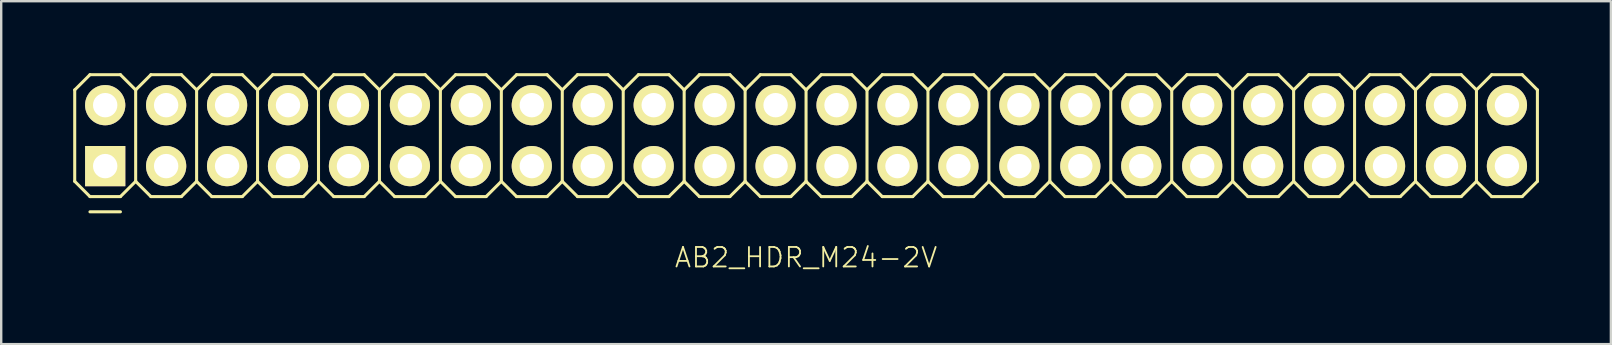
<source format=kicad_pcb>
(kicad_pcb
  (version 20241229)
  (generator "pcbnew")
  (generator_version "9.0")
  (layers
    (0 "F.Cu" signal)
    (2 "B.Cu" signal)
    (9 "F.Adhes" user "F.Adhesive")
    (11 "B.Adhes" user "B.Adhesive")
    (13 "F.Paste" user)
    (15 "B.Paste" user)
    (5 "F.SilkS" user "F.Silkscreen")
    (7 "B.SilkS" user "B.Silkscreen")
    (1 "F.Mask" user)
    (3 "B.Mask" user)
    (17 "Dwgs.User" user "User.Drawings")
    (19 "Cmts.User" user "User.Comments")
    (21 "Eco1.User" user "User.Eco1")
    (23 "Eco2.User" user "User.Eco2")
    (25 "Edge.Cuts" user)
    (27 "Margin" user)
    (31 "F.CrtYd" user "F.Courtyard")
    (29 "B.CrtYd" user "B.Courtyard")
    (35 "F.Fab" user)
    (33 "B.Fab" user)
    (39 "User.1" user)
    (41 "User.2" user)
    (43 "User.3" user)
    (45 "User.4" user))
  (footprint "AB2_HDR_M24-2V"
    (layer "F.Cu")
    (at 30.544 2.603)
    (property "Reference" "AB2_HDR_M24-2V" (at 0 5.08 0) (layer "F.SilkS") (effects (font (size 0.813 0.813) (thickness 0.076))))
    (attr through_hole)
    (fp_line (start -30.48 -1.905) (end -29.845 -2.54) (stroke (width 0.127) (type solid)) (layer "F.SilkS"))
    (fp_line (start -30.48 1.905) (end -30.48 -1.905) (stroke (width 0.127) (type solid)) (layer "F.SilkS"))
    (fp_line (start -29.845 -2.54) (end -28.575 -2.54) (stroke (width 0.127) (type solid)) (layer "F.SilkS"))
    (fp_line (start -29.845 2.54) (end -30.48 1.905) (stroke (width 0.127) (type solid)) (layer "F.SilkS"))
    (fp_line (start -29.845 3.175) (end -28.575 3.175) (stroke (width 0.127) (type solid)) (layer "F.SilkS"))
    (fp_line (start -28.575 -2.54) (end -27.94 -1.905) (stroke (width 0.127) (type solid)) (layer "F.SilkS"))
    (fp_line (start -28.575 2.54) (end -29.845 2.54) (stroke (width 0.127) (type solid)) (layer "F.SilkS"))
    (fp_line (start -27.94 -1.905) (end -27.94 1.905) (stroke (width 0.127) (type solid)) (layer "F.SilkS"))
    (fp_line (start -27.94 -1.905) (end -27.305 -2.54) (stroke (width 0.127) (type solid)) (layer "F.SilkS"))
    (fp_line (start -27.94 1.905) (end -28.575 2.54) (stroke (width 0.127) (type solid)) (layer "F.SilkS"))
    (fp_line (start -27.305 -2.54) (end -26.035 -2.54) (stroke (width 0.127) (type solid)) (layer "F.SilkS"))
    (fp_line (start -27.305 2.54) (end -27.94 1.905) (stroke (width 0.127) (type solid)) (layer "F.SilkS"))
    (fp_line (start -26.035 -2.54) (end -25.4 -1.905) (stroke (width 0.127) (type solid)) (layer "F.SilkS"))
    (fp_line (start -26.035 2.54) (end -27.305 2.54) (stroke (width 0.127) (type solid)) (layer "F.SilkS"))
    (fp_line (start -25.4 -1.905) (end -25.4 1.905) (stroke (width 0.127) (type solid)) (layer "F.SilkS"))
    (fp_line (start -25.4 -1.905) (end -24.765 -2.54) (stroke (width 0.127) (type solid)) (layer "F.SilkS"))
    (fp_line (start -25.4 1.905) (end -26.035 2.54) (stroke (width 0.127) (type solid)) (layer "F.SilkS"))
    (fp_line (start -24.765 -2.54) (end -23.495 -2.54) (stroke (width 0.127) (type solid)) (layer "F.SilkS"))
    (fp_line (start -24.765 2.54) (end -25.4 1.905) (stroke (width 0.127) (type solid)) (layer "F.SilkS"))
    (fp_line (start -23.495 -2.54) (end -22.86 -1.905) (stroke (width 0.127) (type solid)) (layer "F.SilkS"))
    (fp_line (start -23.495 2.54) (end -24.765 2.54) (stroke (width 0.127) (type solid)) (layer "F.SilkS"))
    (fp_line (start -22.86 -1.905) (end -22.86 1.905) (stroke (width 0.127) (type solid)) (layer "F.SilkS"))
    (fp_line (start -22.86 -1.905) (end -22.225 -2.54) (stroke (width 0.127) (type solid)) (layer "F.SilkS"))
    (fp_line (start -22.86 1.905) (end -23.495 2.54) (stroke (width 0.127) (type solid)) (layer "F.SilkS"))
    (fp_line (start -22.225 -2.54) (end -20.955 -2.54) (stroke (width 0.127) (type solid)) (layer "F.SilkS"))
    (fp_line (start -22.225 2.54) (end -22.86 1.905) (stroke (width 0.127) (type solid)) (layer "F.SilkS"))
    (fp_line (start -20.955 -2.54) (end -20.32 -1.905) (stroke (width 0.127) (type solid)) (layer "F.SilkS"))
    (fp_line (start -20.955 2.54) (end -22.225 2.54) (stroke (width 0.127) (type solid)) (layer "F.SilkS"))
    (fp_line (start -20.32 -1.905) (end -20.32 1.905) (stroke (width 0.127) (type solid)) (layer "F.SilkS"))
    (fp_line (start -20.32 -1.905) (end -19.685 -2.54) (stroke (width 0.127) (type solid)) (layer "F.SilkS"))
    (fp_line (start -20.32 1.905) (end -20.955 2.54) (stroke (width 0.127) (type solid)) (layer "F.SilkS"))
    (fp_line (start -19.685 -2.54) (end -18.415 -2.54) (stroke (width 0.127) (type solid)) (layer "F.SilkS"))
    (fp_line (start -19.685 2.54) (end -20.32 1.905) (stroke (width 0.127) (type solid)) (layer "F.SilkS"))
    (fp_line (start -18.415 -2.54) (end -17.78 -1.905) (stroke (width 0.127) (type solid)) (layer "F.SilkS"))
    (fp_line (start -18.415 2.54) (end -19.685 2.54) (stroke (width 0.127) (type solid)) (layer "F.SilkS"))
    (fp_line (start -17.78 -1.905) (end -17.78 1.905) (stroke (width 0.127) (type solid)) (layer "F.SilkS"))
    (fp_line (start -17.78 -1.905) (end -17.145 -2.54) (stroke (width 0.127) (type solid)) (layer "F.SilkS"))
    (fp_line (start -17.78 1.905) (end -18.415 2.54) (stroke (width 0.127) (type solid)) (layer "F.SilkS"))
    (fp_line (start -17.145 -2.54) (end -15.875 -2.54) (stroke (width 0.127) (type solid)) (layer "F.SilkS"))
    (fp_line (start -17.145 2.54) (end -17.78 1.905) (stroke (width 0.127) (type solid)) (layer "F.SilkS"))
    (fp_line (start -15.875 -2.54) (end -15.24 -1.905) (stroke (width 0.127) (type solid)) (layer "F.SilkS"))
    (fp_line (start -15.875 2.54) (end -17.145 2.54) (stroke (width 0.127) (type solid)) (layer "F.SilkS"))
    (fp_line (start -15.24 -1.905) (end -15.24 1.905) (stroke (width 0.127) (type solid)) (layer "F.SilkS"))
    (fp_line (start -15.24 -1.905) (end -14.605 -2.54) (stroke (width 0.127) (type solid)) (layer "F.SilkS"))
    (fp_line (start -15.24 1.905) (end -15.875 2.54) (stroke (width 0.127) (type solid)) (layer "F.SilkS"))
    (fp_line (start -14.605 -2.54) (end -13.335 -2.54) (stroke (width 0.127) (type solid)) (layer "F.SilkS"))
    (fp_line (start -14.605 2.54) (end -15.24 1.905) (stroke (width 0.127) (type solid)) (layer "F.SilkS"))
    (fp_line (start -13.335 -2.54) (end -12.7 -1.905) (stroke (width 0.127) (type solid)) (layer "F.SilkS"))
    (fp_line (start -13.335 2.54) (end -14.605 2.54) (stroke (width 0.127) (type solid)) (layer "F.SilkS"))
    (fp_line (start -12.7 -1.905) (end -12.7 1.905) (stroke (width 0.127) (type solid)) (layer "F.SilkS"))
    (fp_line (start -12.7 -1.905) (end -12.065 -2.54) (stroke (width 0.127) (type solid)) (layer "F.SilkS"))
    (fp_line (start -12.7 1.905) (end -13.335 2.54) (stroke (width 0.127) (type solid)) (layer "F.SilkS"))
    (fp_line (start -12.065 -2.54) (end -10.795 -2.54) (stroke (width 0.127) (type solid)) (layer "F.SilkS"))
    (fp_line (start -12.065 2.54) (end -12.7 1.905) (stroke (width 0.127) (type solid)) (layer "F.SilkS"))
    (fp_line (start -10.795 -2.54) (end -10.16 -1.905) (stroke (width 0.127) (type solid)) (layer "F.SilkS"))
    (fp_line (start -10.795 2.54) (end -12.065 2.54) (stroke (width 0.127) (type solid)) (layer "F.SilkS"))
    (fp_line (start -10.16 -1.905) (end -10.16 1.905) (stroke (width 0.127) (type solid)) (layer "F.SilkS"))
    (fp_line (start -10.16 -1.905) (end -9.525 -2.54) (stroke (width 0.127) (type solid)) (layer "F.SilkS"))
    (fp_line (start -10.16 1.905) (end -10.795 2.54) (stroke (width 0.127) (type solid)) (layer "F.SilkS"))
    (fp_line (start -9.525 -2.54) (end -8.255 -2.54) (stroke (width 0.127) (type solid)) (layer "F.SilkS"))
    (fp_line (start -9.525 2.54) (end -10.16 1.905) (stroke (width 0.127) (type solid)) (layer "F.SilkS"))
    (fp_line (start -8.255 -2.54) (end -7.62 -1.905) (stroke (width 0.127) (type solid)) (layer "F.SilkS"))
    (fp_line (start -8.255 2.54) (end -9.525 2.54) (stroke (width 0.127) (type solid)) (layer "F.SilkS"))
    (fp_line (start -7.62 -1.905) (end -7.62 1.905) (stroke (width 0.127) (type solid)) (layer "F.SilkS"))
    (fp_line (start -7.62 -1.905) (end -6.985 -2.54) (stroke (width 0.127) (type solid)) (layer "F.SilkS"))
    (fp_line (start -7.62 1.905) (end -8.255 2.54) (stroke (width 0.127) (type solid)) (layer "F.SilkS"))
    (fp_line (start -6.985 -2.54) (end -5.715 -2.54) (stroke (width 0.127) (type solid)) (layer "F.SilkS"))
    (fp_line (start -6.985 2.54) (end -7.62 1.905) (stroke (width 0.127) (type solid)) (layer "F.SilkS"))
    (fp_line (start -5.715 -2.54) (end -5.08 -1.905) (stroke (width 0.127) (type solid)) (layer "F.SilkS"))
    (fp_line (start -5.715 2.54) (end -6.985 2.54) (stroke (width 0.127) (type solid)) (layer "F.SilkS"))
    (fp_line (start -5.08 -1.905) (end -5.08 1.905) (stroke (width 0.127) (type solid)) (layer "F.SilkS"))
    (fp_line (start -5.08 -1.905) (end -4.445 -2.54) (stroke (width 0.127) (type solid)) (layer "F.SilkS"))
    (fp_line (start -5.08 1.905) (end -5.715 2.54) (stroke (width 0.127) (type solid)) (layer "F.SilkS"))
    (fp_line (start -4.445 -2.54) (end -3.175 -2.54) (stroke (width 0.127) (type solid)) (layer "F.SilkS"))
    (fp_line (start -4.445 2.54) (end -5.08 1.905) (stroke (width 0.127) (type solid)) (layer "F.SilkS"))
    (fp_line (start -3.175 -2.54) (end -2.54 -1.905) (stroke (width 0.127) (type solid)) (layer "F.SilkS"))
    (fp_line (start -3.175 2.54) (end -4.445 2.54) (stroke (width 0.127) (type solid)) (layer "F.SilkS"))
    (fp_line (start -2.54 -1.905) (end -2.54 1.905) (stroke (width 0.127) (type solid)) (layer "F.SilkS"))
    (fp_line (start -2.54 -1.905) (end -1.905 -2.54) (stroke (width 0.127) (type solid)) (layer "F.SilkS"))
    (fp_line (start -2.54 1.905) (end -3.175 2.54) (stroke (width 0.127) (type solid)) (layer "F.SilkS"))
    (fp_line (start -1.905 -2.54) (end -0.635 -2.54) (stroke (width 0.127) (type solid)) (layer "F.SilkS"))
    (fp_line (start -1.905 2.54) (end -2.54 1.905) (stroke (width 0.127) (type solid)) (layer "F.SilkS"))
    (fp_line (start -0.635 -2.54) (end 0 -1.905) (stroke (width 0.127) (type solid)) (layer "F.SilkS"))
    (fp_line (start -0.635 2.54) (end -1.905 2.54) (stroke (width 0.127) (type solid)) (layer "F.SilkS"))
    (fp_line (start 0 -1.905) (end 0 1.905) (stroke (width 0.127) (type solid)) (layer "F.SilkS"))
    (fp_line (start 0 -1.905) (end 0.635 -2.54) (stroke (width 0.127) (type solid)) (layer "F.SilkS"))
    (fp_line (start 0 1.905) (end -0.635 2.54) (stroke (width 0.127) (type solid)) (layer "F.SilkS"))
    (fp_line (start 0.635 -2.54) (end 1.905 -2.54) (stroke (width 0.127) (type solid)) (layer "F.SilkS"))
    (fp_line (start 0.635 2.54) (end 0 1.905) (stroke (width 0.127) (type solid)) (layer "F.SilkS"))
    (fp_line (start 1.905 -2.54) (end 2.54 -1.905) (stroke (width 0.127) (type solid)) (layer "F.SilkS"))
    (fp_line (start 1.905 2.54) (end 0.635 2.54) (stroke (width 0.127) (type solid)) (layer "F.SilkS"))
    (fp_line (start 2.54 -1.905) (end 2.54 1.905) (stroke (width 0.127) (type solid)) (layer "F.SilkS"))
    (fp_line (start 2.54 -1.905) (end 3.175 -2.54) (stroke (width 0.127) (type solid)) (layer "F.SilkS"))
    (fp_line (start 2.54 1.905) (end 1.905 2.54) (stroke (width 0.127) (type solid)) (layer "F.SilkS"))
    (fp_line (start 3.175 -2.54) (end 4.445 -2.54) (stroke (width 0.127) (type solid)) (layer "F.SilkS"))
    (fp_line (start 3.175 2.54) (end 2.54 1.905) (stroke (width 0.127) (type solid)) (layer "F.SilkS"))
    (fp_line (start 4.445 -2.54) (end 5.08 -1.905) (stroke (width 0.127) (type solid)) (layer "F.SilkS"))
    (fp_line (start 4.445 2.54) (end 3.175 2.54) (stroke (width 0.127) (type solid)) (layer "F.SilkS"))
    (fp_line (start 5.08 -1.905) (end 5.08 1.905) (stroke (width 0.127) (type solid)) (layer "F.SilkS"))
    (fp_line (start 5.08 -1.905) (end 5.715 -2.54) (stroke (width 0.127) (type solid)) (layer "F.SilkS"))
    (fp_line (start 5.08 1.905) (end 4.445 2.54) (stroke (width 0.127) (type solid)) (layer "F.SilkS"))
    (fp_line (start 5.715 -2.54) (end 6.985 -2.54) (stroke (width 0.127) (type solid)) (layer "F.SilkS"))
    (fp_line (start 5.715 2.54) (end 5.08 1.905) (stroke (width 0.127) (type solid)) (layer "F.SilkS"))
    (fp_line (start 6.985 -2.54) (end 7.62 -1.905) (stroke (width 0.127) (type solid)) (layer "F.SilkS"))
    (fp_line (start 6.985 2.54) (end 5.715 2.54) (stroke (width 0.127) (type solid)) (layer "F.SilkS"))
    (fp_line (start 7.62 -1.905) (end 7.62 1.905) (stroke (width 0.127) (type solid)) (layer "F.SilkS"))
    (fp_line (start 7.62 -1.905) (end 8.255 -2.54) (stroke (width 0.127) (type solid)) (layer "F.SilkS"))
    (fp_line (start 7.62 1.905) (end 6.985 2.54) (stroke (width 0.127) (type solid)) (layer "F.SilkS"))
    (fp_line (start 8.255 -2.54) (end 9.525 -2.54) (stroke (width 0.127) (type solid)) (layer "F.SilkS"))
    (fp_line (start 8.255 2.54) (end 7.62 1.905) (stroke (width 0.127) (type solid)) (layer "F.SilkS"))
    (fp_line (start 9.525 -2.54) (end 10.16 -1.905) (stroke (width 0.127) (type solid)) (layer "F.SilkS"))
    (fp_line (start 9.525 2.54) (end 8.255 2.54) (stroke (width 0.127) (type solid)) (layer "F.SilkS"))
    (fp_line (start 10.16 -1.905) (end 10.16 1.905) (stroke (width 0.127) (type solid)) (layer "F.SilkS"))
    (fp_line (start 10.16 -1.905) (end 10.795 -2.54) (stroke (width 0.127) (type solid)) (layer "F.SilkS"))
    (fp_line (start 10.16 1.905) (end 9.525 2.54) (stroke (width 0.127) (type solid)) (layer "F.SilkS"))
    (fp_line (start 10.795 -2.54) (end 12.065 -2.54) (stroke (width 0.127) (type solid)) (layer "F.SilkS"))
    (fp_line (start 10.795 2.54) (end 10.16 1.905) (stroke (width 0.127) (type solid)) (layer "F.SilkS"))
    (fp_line (start 12.065 -2.54) (end 12.7 -1.905) (stroke (width 0.127) (type solid)) (layer "F.SilkS"))
    (fp_line (start 12.065 2.54) (end 10.795 2.54) (stroke (width 0.127) (type solid)) (layer "F.SilkS"))
    (fp_line (start 12.7 -1.905) (end 12.7 1.905) (stroke (width 0.127) (type solid)) (layer "F.SilkS"))
    (fp_line (start 12.7 -1.905) (end 13.335 -2.54) (stroke (width 0.127) (type solid)) (layer "F.SilkS"))
    (fp_line (start 12.7 1.905) (end 12.065 2.54) (stroke (width 0.127) (type solid)) (layer "F.SilkS"))
    (fp_line (start 13.335 -2.54) (end 14.605 -2.54) (stroke (width 0.127) (type solid)) (layer "F.SilkS"))
    (fp_line (start 13.335 2.54) (end 12.7 1.905) (stroke (width 0.127) (type solid)) (layer "F.SilkS"))
    (fp_line (start 14.605 -2.54) (end 15.24 -1.905) (stroke (width 0.127) (type solid)) (layer "F.SilkS"))
    (fp_line (start 14.605 2.54) (end 13.335 2.54) (stroke (width 0.127) (type solid)) (layer "F.SilkS"))
    (fp_line (start 15.24 -1.905) (end 15.24 1.905) (stroke (width 0.127) (type solid)) (layer "F.SilkS"))
    (fp_line (start 15.24 -1.905) (end 15.875 -2.54) (stroke (width 0.127) (type solid)) (layer "F.SilkS"))
    (fp_line (start 15.24 1.905) (end 14.605 2.54) (stroke (width 0.127) (type solid)) (layer "F.SilkS"))
    (fp_line (start 15.875 -2.54) (end 17.145 -2.54) (stroke (width 0.127) (type solid)) (layer "F.SilkS"))
    (fp_line (start 15.875 2.54) (end 15.24 1.905) (stroke (width 0.127) (type solid)) (layer "F.SilkS"))
    (fp_line (start 17.145 -2.54) (end 17.78 -1.905) (stroke (width 0.127) (type solid)) (layer "F.SilkS"))
    (fp_line (start 17.145 2.54) (end 15.875 2.54) (stroke (width 0.127) (type solid)) (layer "F.SilkS"))
    (fp_line (start 17.78 -1.905) (end 17.78 1.905) (stroke (width 0.127) (type solid)) (layer "F.SilkS"))
    (fp_line (start 17.78 -1.905) (end 18.415 -2.54) (stroke (width 0.127) (type solid)) (layer "F.SilkS"))
    (fp_line (start 17.78 1.905) (end 17.145 2.54) (stroke (width 0.127) (type solid)) (layer "F.SilkS"))
    (fp_line (start 18.415 -2.54) (end 19.685 -2.54) (stroke (width 0.127) (type solid)) (layer "F.SilkS"))
    (fp_line (start 18.415 2.54) (end 17.78 1.905) (stroke (width 0.127) (type solid)) (layer "F.SilkS"))
    (fp_line (start 19.685 -2.54) (end 20.32 -1.905) (stroke (width 0.127) (type solid)) (layer "F.SilkS"))
    (fp_line (start 19.685 2.54) (end 18.415 2.54) (stroke (width 0.127) (type solid)) (layer "F.SilkS"))
    (fp_line (start 20.32 -1.905) (end 20.32 1.905) (stroke (width 0.127) (type solid)) (layer "F.SilkS"))
    (fp_line (start 20.32 -1.905) (end 20.955 -2.54) (stroke (width 0.127) (type solid)) (layer "F.SilkS"))
    (fp_line (start 20.32 1.905) (end 19.685 2.54) (stroke (width 0.127) (type solid)) (layer "F.SilkS"))
    (fp_line (start 20.955 -2.54) (end 22.225 -2.54) (stroke (width 0.127) (type solid)) (layer "F.SilkS"))
    (fp_line (start 20.955 2.54) (end 20.32 1.905) (stroke (width 0.127) (type solid)) (layer "F.SilkS"))
    (fp_line (start 22.225 -2.54) (end 22.86 -1.905) (stroke (width 0.127) (type solid)) (layer "F.SilkS"))
    (fp_line (start 22.225 2.54) (end 20.955 2.54) (stroke (width 0.127) (type solid)) (layer "F.SilkS"))
    (fp_line (start 22.86 -1.905) (end 22.86 1.905) (stroke (width 0.127) (type solid)) (layer "F.SilkS"))
    (fp_line (start 22.86 -1.905) (end 23.495 -2.54) (stroke (width 0.127) (type solid)) (layer "F.SilkS"))
    (fp_line (start 22.86 1.905) (end 22.225 2.54) (stroke (width 0.127) (type solid)) (layer "F.SilkS"))
    (fp_line (start 23.495 -2.54) (end 24.765 -2.54) (stroke (width 0.127) (type solid)) (layer "F.SilkS"))
    (fp_line (start 23.495 2.54) (end 22.86 1.905) (stroke (width 0.127) (type solid)) (layer "F.SilkS"))
    (fp_line (start 24.765 -2.54) (end 25.4 -1.905) (stroke (width 0.127) (type solid)) (layer "F.SilkS"))
    (fp_line (start 24.765 2.54) (end 23.495 2.54) (stroke (width 0.127) (type solid)) (layer "F.SilkS"))
    (fp_line (start 25.4 -1.905) (end 25.4 1.905) (stroke (width 0.127) (type solid)) (layer "F.SilkS"))
    (fp_line (start 25.4 -1.905) (end 26.035 -2.54) (stroke (width 0.127) (type solid)) (layer "F.SilkS"))
    (fp_line (start 25.4 1.905) (end 24.765 2.54) (stroke (width 0.127) (type solid)) (layer "F.SilkS"))
    (fp_line (start 26.035 -2.54) (end 27.305 -2.54) (stroke (width 0.127) (type solid)) (layer "F.SilkS"))
    (fp_line (start 26.035 2.54) (end 25.4 1.905) (stroke (width 0.127) (type solid)) (layer "F.SilkS"))
    (fp_line (start 27.305 -2.54) (end 27.94 -1.905) (stroke (width 0.127) (type solid)) (layer "F.SilkS"))
    (fp_line (start 27.305 2.54) (end 26.035 2.54) (stroke (width 0.127) (type solid)) (layer "F.SilkS"))
    (fp_line (start 27.94 -1.905) (end 27.94 1.905) (stroke (width 0.127) (type solid)) (layer "F.SilkS"))
    (fp_line (start 27.94 -1.905) (end 28.575 -2.54) (stroke (width 0.127) (type solid)) (layer "F.SilkS"))
    (fp_line (start 27.94 1.905) (end 27.305 2.54) (stroke (width 0.127) (type solid)) (layer "F.SilkS"))
    (fp_line (start 28.575 -2.54) (end 29.845 -2.54) (stroke (width 0.127) (type solid)) (layer "F.SilkS"))
    (fp_line (start 28.575 2.54) (end 27.94 1.905) (stroke (width 0.127) (type solid)) (layer "F.SilkS"))
    (fp_line (start 29.845 -2.54) (end 30.48 -1.905) (stroke (width 0.127) (type solid)) (layer "F.SilkS"))
    (fp_line (start 29.845 2.54) (end 28.575 2.54) (stroke (width 0.127) (type solid)) (layer "F.SilkS"))
    (fp_line (start 30.48 -1.905) (end 30.48 1.905) (stroke (width 0.127) (type solid)) (layer "F.SilkS"))
    (fp_line (start 30.48 1.905) (end 29.845 2.54) (stroke (width 0.127) (type solid)) (layer "F.SilkS"))
    (pad "1" thru_hole rect (at -29.21 1.27) (size 1.676 1.676) (drill 1.016) (layers "*.Cu" "*.Mask" "F.SilkS"))
    (pad "2" thru_hole circle (at -29.21 -1.27) (size 1.676 1.676) (drill 1.016) (layers "*.Cu" "*.Mask" "F.SilkS"))
    (pad "3" thru_hole circle (at -26.67 1.27) (size 1.676 1.676) (drill 1.016) (layers "*.Cu" "*.Mask" "F.SilkS"))
    (pad "4" thru_hole circle (at -26.67 -1.27) (size 1.676 1.676) (drill 1.016) (layers "*.Cu" "*.Mask" "F.SilkS"))
    (pad "5" thru_hole circle (at -24.13 1.27) (size 1.676 1.676) (drill 1.016) (layers "*.Cu" "*.Mask" "F.SilkS"))
    (pad "6" thru_hole circle (at -24.13 -1.27) (size 1.676 1.676) (drill 1.016) (layers "*.Cu" "*.Mask" "F.SilkS"))
    (pad "7" thru_hole circle (at -21.59 1.27) (size 1.676 1.676) (drill 1.016) (layers "*.Cu" "*.Mask" "F.SilkS"))
    (pad "8" thru_hole circle (at -21.59 -1.27) (size 1.676 1.676) (drill 1.016) (layers "*.Cu" "*.Mask" "F.SilkS"))
    (pad "9" thru_hole circle (at -19.05 1.27) (size 1.676 1.676) (drill 1.016) (layers "*.Cu" "*.Mask" "F.SilkS"))
    (pad "10" thru_hole circle (at -19.05 -1.27) (size 1.676 1.676) (drill 1.016) (layers "*.Cu" "*.Mask" "F.SilkS"))
    (pad "11" thru_hole circle (at -16.51 1.27) (size 1.676 1.676) (drill 1.016) (layers "*.Cu" "*.Mask" "F.SilkS"))
    (pad "12" thru_hole circle (at -16.51 -1.27) (size 1.676 1.676) (drill 1.016) (layers "*.Cu" "*.Mask" "F.SilkS"))
    (pad "13" thru_hole circle (at -13.97 1.27) (size 1.676 1.676) (drill 1.016) (layers "*.Cu" "*.Mask" "F.SilkS"))
    (pad "14" thru_hole circle (at -13.97 -1.27) (size 1.676 1.676) (drill 1.016) (layers "*.Cu" "*.Mask" "F.SilkS"))
    (pad "15" thru_hole circle (at -11.43 1.27) (size 1.676 1.676) (drill 1.016) (layers "*.Cu" "*.Mask" "F.SilkS"))
    (pad "16" thru_hole circle (at -11.43 -1.27) (size 1.676 1.676) (drill 1.016) (layers "*.Cu" "*.Mask" "F.SilkS"))
    (pad "17" thru_hole circle (at -8.89 1.27) (size 1.676 1.676) (drill 1.016) (layers "*.Cu" "*.Mask" "F.SilkS"))
    (pad "18" thru_hole circle (at -8.89 -1.27) (size 1.676 1.676) (drill 1.016) (layers "*.Cu" "*.Mask" "F.SilkS"))
    (pad "19" thru_hole circle (at -6.35 1.27) (size 1.676 1.676) (drill 1.016) (layers "*.Cu" "*.Mask" "F.SilkS"))
    (pad "20" thru_hole circle (at -6.35 -1.27) (size 1.676 1.676) (drill 1.016) (layers "*.Cu" "*.Mask" "F.SilkS"))
    (pad "21" thru_hole circle (at -3.81 1.27) (size 1.676 1.676) (drill 1.016) (layers "*.Cu" "*.Mask" "F.SilkS"))
    (pad "22" thru_hole circle (at -3.81 -1.27) (size 1.676 1.676) (drill 1.016) (layers "*.Cu" "*.Mask" "F.SilkS"))
    (pad "23" thru_hole circle (at -1.27 1.27) (size 1.676 1.676) (drill 1.016) (layers "*.Cu" "*.Mask" "F.SilkS"))
    (pad "24" thru_hole circle (at -1.27 -1.27) (size 1.676 1.676) (drill 1.016) (layers "*.Cu" "*.Mask" "F.SilkS"))
    (pad "25" thru_hole circle (at 1.27 1.27) (size 1.676 1.676) (drill 1.016) (layers "*.Cu" "*.Mask" "F.SilkS"))
    (pad "26" thru_hole circle (at 1.27 -1.27) (size 1.676 1.676) (drill 1.016) (layers "*.Cu" "*.Mask" "F.SilkS"))
    (pad "27" thru_hole circle (at 3.81 1.27) (size 1.676 1.676) (drill 1.016) (layers "*.Cu" "*.Mask" "F.SilkS"))
    (pad "28" thru_hole circle (at 3.81 -1.27) (size 1.676 1.676) (drill 1.016) (layers "*.Cu" "*.Mask" "F.SilkS"))
    (pad "29" thru_hole circle (at 6.35 1.27) (size 1.676 1.676) (drill 1.016) (layers "*.Cu" "*.Mask" "F.SilkS"))
    (pad "30" thru_hole circle (at 6.35 -1.27) (size 1.676 1.676) (drill 1.016) (layers "*.Cu" "*.Mask" "F.SilkS"))
    (pad "31" thru_hole circle (at 8.89 1.27) (size 1.676 1.676) (drill 1.016) (layers "*.Cu" "*.Mask" "F.SilkS"))
    (pad "32" thru_hole circle (at 8.89 -1.27) (size 1.676 1.676) (drill 1.016) (layers "*.Cu" "*.Mask" "F.SilkS"))
    (pad "33" thru_hole circle (at 11.43 1.27) (size 1.676 1.676) (drill 1.016) (layers "*.Cu" "*.Mask" "F.SilkS"))
    (pad "34" thru_hole circle (at 11.43 -1.27) (size 1.676 1.676) (drill 1.016) (layers "*.Cu" "*.Mask" "F.SilkS"))
    (pad "35" thru_hole circle (at 13.97 1.27) (size 1.676 1.676) (drill 1.016) (layers "*.Cu" "*.Mask" "F.SilkS"))
    (pad "36" thru_hole circle (at 13.97 -1.27) (size 1.676 1.676) (drill 1.016) (layers "*.Cu" "*.Mask" "F.SilkS"))
    (pad "37" thru_hole circle (at 16.51 1.27) (size 1.676 1.676) (drill 1.016) (layers "*.Cu" "*.Mask" "F.SilkS"))
    (pad "38" thru_hole circle (at 16.51 -1.27) (size 1.676 1.676) (drill 1.016) (layers "*.Cu" "*.Mask" "F.SilkS"))
    (pad "39" thru_hole circle (at 19.05 1.27) (size 1.676 1.676) (drill 1.016) (layers "*.Cu" "*.Mask" "F.SilkS"))
    (pad "40" thru_hole circle (at 19.05 -1.27) (size 1.676 1.676) (drill 1.016) (layers "*.Cu" "*.Mask" "F.SilkS"))
    (pad "41" thru_hole circle (at 21.59 1.27) (size 1.676 1.676) (drill 1.016) (layers "*.Cu" "*.Mask" "F.SilkS"))
    (pad "42" thru_hole circle (at 21.59 -1.27) (size 1.676 1.676) (drill 1.016) (layers "*.Cu" "*.Mask" "F.SilkS"))
    (pad "43" thru_hole circle (at 24.13 1.27) (size 1.676 1.676) (drill 1.016) (layers "*.Cu" "*.Mask" "F.SilkS"))
    (pad "44" thru_hole circle (at 24.13 -1.27) (size 1.676 1.676) (drill 1.016) (layers "*.Cu" "*.Mask" "F.SilkS"))
    (pad "45" thru_hole circle (at 26.67 1.27) (size 1.676 1.676) (drill 1.016) (layers "*.Cu" "*.Mask" "F.SilkS"))
    (pad "46" thru_hole circle (at 26.67 -1.27) (size 1.676 1.676) (drill 1.016) (layers "*.Cu" "*.Mask" "F.SilkS"))
    (pad "47" thru_hole circle (at 29.21 1.27) (size 1.676 1.676) (drill 1.016) (layers "*.Cu" "*.Mask" "F.SilkS"))
    (pad "48" thru_hole circle (at 29.21 -1.27) (size 1.676 1.676) (drill 1.016) (layers "*.Cu" "*.Mask" "F.SilkS")))
  (gr_rect
    (start -3 -3)
    (end 64.087 11.293)
    (stroke (width 0.1) (type default))
    (fill no)
    (layer "Edge.Cuts")))
</source>
